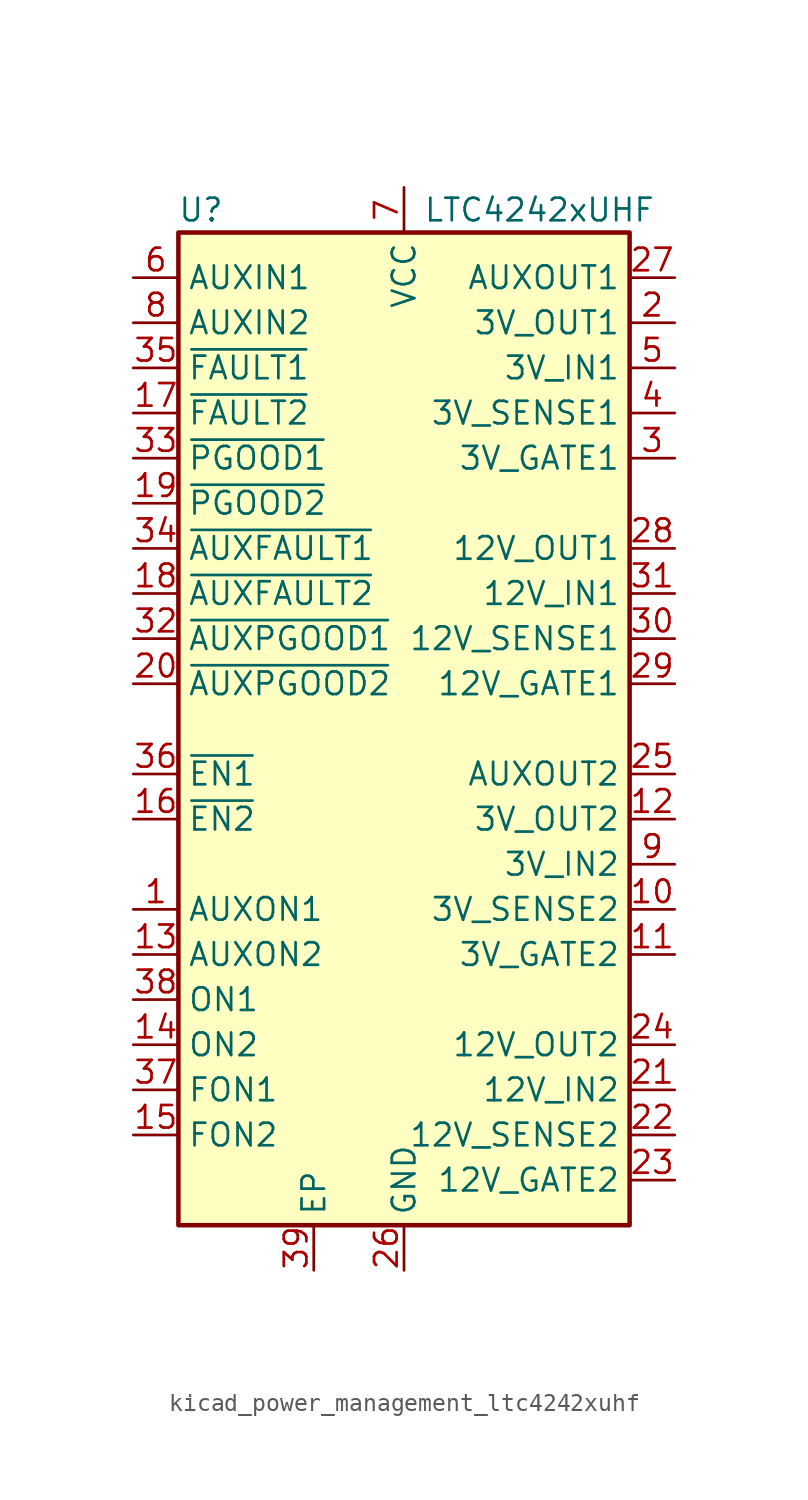
<source format=kicad_sym>
(kicad_symbol_lib
  (version 20220914)
  (generator kicad_symbol_editor)
  (symbol "kicad_power_management_ltc4242xuhf"
    (property "Reference" "U"
      (at -11.43 29.21 0)
      (effects (font (size 1.27 1.27))))
    (property "Value" "LTC4242xUHF"
      (at 7.62 29.21 0)
      (effects (font (size 1.27 1.27))))
    (symbol "kicad_power_management_ltc4242xuhf_0_1"
      (rectangle (start -12.7 27.94) (end 12.7 -27.94) (stroke (width 0.254) (type default)) (fill (type background))))
    (symbol "kicad_power_management_ltc4242xuhf_1_1"
      (pin input line (at -15.24 -10.16 0) (length 2.54) (name "AUXON1" (effects (font (size 1.27 1.27)))) (number "1" (effects (font (size 1.27 1.27)))))
      (pin input line (at 15.24 -10.16 180) (length 2.54) (name "3V_SENSE2" (effects (font (size 1.27 1.27)))) (number "10" (effects (font (size 1.27 1.27)))))
      (pin output line (at 15.24 -12.7 180) (length 2.54) (name "3V_GATE2" (effects (font (size 1.27 1.27)))) (number "11" (effects (font (size 1.27 1.27)))))
      (pin open_collector line (at 15.24 -5.08 180) (length 2.54) (name "3V_OUT2" (effects (font (size 1.27 1.27)))) (number "12" (effects (font (size 1.27 1.27)))))
      (pin input line (at -15.24 -12.7 0) (length 2.54) (name "AUXON2" (effects (font (size 1.27 1.27)))) (number "13" (effects (font (size 1.27 1.27)))))
      (pin input line (at -15.24 -17.78 0) (length 2.54) (name "ON2" (effects (font (size 1.27 1.27)))) (number "14" (effects (font (size 1.27 1.27)))))
      (pin input line (at -15.24 -22.86 0) (length 2.54) (name "FON2" (effects (font (size 1.27 1.27)))) (number "15" (effects (font (size 1.27 1.27)))))
      (pin input line (at -15.24 -5.08 0) (length 2.54) (name "~{EN2}" (effects (font (size 1.27 1.27)))) (number "16" (effects (font (size 1.27 1.27)))))
      (pin open_collector line (at -15.24 17.78 0) (length 2.54) (name "~{FAULT2}" (effects (font (size 1.27 1.27)))) (number "17" (effects (font (size 1.27 1.27)))))
      (pin open_collector line (at -15.24 7.62 0) (length 2.54) (name "~{AUXFAULT2}" (effects (font (size 1.27 1.27)))) (number "18" (effects (font (size 1.27 1.27)))))
      (pin open_collector line (at -15.24 12.7 0) (length 2.54) (name "~{PGOOD2}" (effects (font (size 1.27 1.27)))) (number "19" (effects (font (size 1.27 1.27)))))
      (pin open_collector line (at 15.24 22.86 180) (length 2.54) (name "3V_OUT1" (effects (font (size 1.27 1.27)))) (number "2" (effects (font (size 1.27 1.27)))))
      (pin open_collector line (at -15.24 2.54 0) (length 2.54) (name "~{AUXPGOOD2}" (effects (font (size 1.27 1.27)))) (number "20" (effects (font (size 1.27 1.27)))))
      (pin power_in line (at 15.24 -20.32 180) (length 2.54) (name "12V_IN2" (effects (font (size 1.27 1.27)))) (number "21" (effects (font (size 1.27 1.27)))))
      (pin input line (at 15.24 -22.86 180) (length 2.54) (name "12V_SENSE2" (effects (font (size 1.27 1.27)))) (number "22" (effects (font (size 1.27 1.27)))))
      (pin output line (at 15.24 -25.4 180) (length 2.54) (name "12V_GATE2" (effects (font (size 1.27 1.27)))) (number "23" (effects (font (size 1.27 1.27)))))
      (pin open_collector line (at 15.24 -17.78 180) (length 2.54) (name "12V_OUT2" (effects (font (size 1.27 1.27)))) (number "24" (effects (font (size 1.27 1.27)))))
      (pin output line (at 15.24 -2.54 180) (length 2.54) (name "AUXOUT2" (effects (font (size 1.27 1.27)))) (number "25" (effects (font (size 1.27 1.27)))))
      (pin power_in line (at 0 -30.48 90) (length 2.54) (name "GND" (effects (font (size 1.27 1.27)))) (number "26" (effects (font (size 1.27 1.27)))))
      (pin output line (at 15.24 25.4 180) (length 2.54) (name "AUXOUT1" (effects (font (size 1.27 1.27)))) (number "27" (effects (font (size 1.27 1.27)))))
      (pin open_collector line (at 15.24 10.16 180) (length 2.54) (name "12V_OUT1" (effects (font (size 1.27 1.27)))) (number "28" (effects (font (size 1.27 1.27)))))
      (pin output line (at 15.24 2.54 180) (length 2.54) (name "12V_GATE1" (effects (font (size 1.27 1.27)))) (number "29" (effects (font (size 1.27 1.27)))))
      (pin output line (at 15.24 15.24 180) (length 2.54) (name "3V_GATE1" (effects (font (size 1.27 1.27)))) (number "3" (effects (font (size 1.27 1.27)))))
      (pin input line (at 15.24 5.08 180) (length 2.54) (name "12V_SENSE1" (effects (font (size 1.27 1.27)))) (number "30" (effects (font (size 1.27 1.27)))))
      (pin power_in line (at 15.24 7.62 180) (length 2.54) (name "12V_IN1" (effects (font (size 1.27 1.27)))) (number "31" (effects (font (size 1.27 1.27)))))
      (pin open_collector line (at -15.24 5.08 0) (length 2.54) (name "~{AUXPGOOD1}" (effects (font (size 1.27 1.27)))) (number "32" (effects (font (size 1.27 1.27)))))
      (pin open_collector line (at -15.24 15.24 0) (length 2.54) (name "~{PGOOD1}" (effects (font (size 1.27 1.27)))) (number "33" (effects (font (size 1.27 1.27)))))
      (pin open_collector line (at -15.24 10.16 0) (length 2.54) (name "~{AUXFAULT1}" (effects (font (size 1.27 1.27)))) (number "34" (effects (font (size 1.27 1.27)))))
      (pin open_collector line (at -15.24 20.32 0) (length 2.54) (name "~{FAULT1}" (effects (font (size 1.27 1.27)))) (number "35" (effects (font (size 1.27 1.27)))))
      (pin input line (at -15.24 -2.54 0) (length 2.54) (name "~{EN1}" (effects (font (size 1.27 1.27)))) (number "36" (effects (font (size 1.27 1.27)))))
      (pin input line (at -15.24 -20.32 0) (length 2.54) (name "FON1" (effects (font (size 1.27 1.27)))) (number "37" (effects (font (size 1.27 1.27)))))
      (pin input line (at -15.24 -15.24 0) (length 2.54) (name "ON1" (effects (font (size 1.27 1.27)))) (number "38" (effects (font (size 1.27 1.27)))))
      (pin power_in line (at -5.08 -30.48 90) (length 2.54) (name "EP" (effects (font (size 1.27 1.27)))) (number "39" (effects (font (size 1.27 1.27)))))
      (pin input line (at 15.24 17.78 180) (length 2.54) (name "3V_SENSE1" (effects (font (size 1.27 1.27)))) (number "4" (effects (font (size 1.27 1.27)))))
      (pin power_in line (at 15.24 20.32 180) (length 2.54) (name "3V_IN1" (effects (font (size 1.27 1.27)))) (number "5" (effects (font (size 1.27 1.27)))))
      (pin input line (at -15.24 25.4 0) (length 2.54) (name "AUXIN1" (effects (font (size 1.27 1.27)))) (number "6" (effects (font (size 1.27 1.27)))))
      (pin power_in line (at 0 30.48 270) (length 2.54) (name "VCC" (effects (font (size 1.27 1.27)))) (number "7" (effects (font (size 1.27 1.27)))))
      (pin input line (at -15.24 22.86 0) (length 2.54) (name "AUXIN2" (effects (font (size 1.27 1.27)))) (number "8" (effects (font (size 1.27 1.27)))))
      (pin power_in line (at 15.24 -7.62 180) (length 2.54) (name "3V_IN2" (effects (font (size 1.27 1.27)))) (number "9" (effects (font (size 1.27 1.27))))))))
</source>
